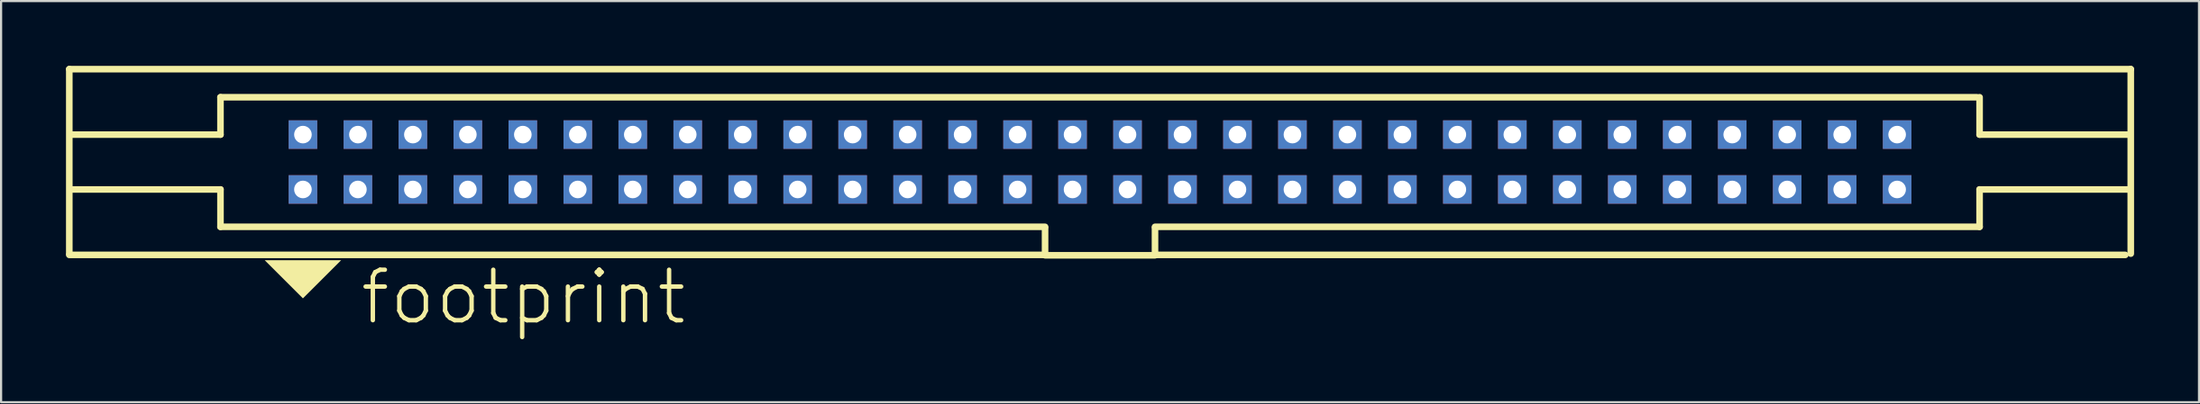
<source format=kicad_pcb>
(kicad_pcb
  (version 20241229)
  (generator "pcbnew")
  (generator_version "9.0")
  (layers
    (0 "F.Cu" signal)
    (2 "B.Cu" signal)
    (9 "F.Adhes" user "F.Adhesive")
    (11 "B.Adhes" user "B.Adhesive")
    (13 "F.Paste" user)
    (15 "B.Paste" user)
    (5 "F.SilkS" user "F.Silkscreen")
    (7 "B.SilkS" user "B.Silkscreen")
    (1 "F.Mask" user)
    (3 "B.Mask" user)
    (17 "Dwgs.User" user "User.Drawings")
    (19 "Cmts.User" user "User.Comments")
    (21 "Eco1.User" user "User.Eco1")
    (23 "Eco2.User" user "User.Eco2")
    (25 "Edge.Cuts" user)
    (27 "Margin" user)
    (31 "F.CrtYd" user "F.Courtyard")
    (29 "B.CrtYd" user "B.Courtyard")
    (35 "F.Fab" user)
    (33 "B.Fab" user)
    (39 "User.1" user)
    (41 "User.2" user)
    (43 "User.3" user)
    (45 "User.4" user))
  (footprint "footprint"
    (layer "F.Cu")
    (at 47.777 4.452)
    (property "Reference" "footprint" (at -34.29 7.62 0) (layer "F.SilkS") (effects (font (size 2.337 2.337) (thickness 0.203)) (justify left bottom)))
    (fp_line (start -47.625 -4.3) (end -47.625 4.242) (stroke (width 0.305) (type solid)) (layer "F.SilkS"))
    (fp_line (start -47.625 4.3) (end -2.54 4.3) (stroke (width 0.305) (type solid)) (layer "F.SilkS"))
    (fp_line (start -40.64 -1.27) (end -47.498 -1.27) (stroke (width 0.305) (type solid)) (layer "F.SilkS"))
    (fp_line (start -40.64 -1.27) (end -40.64 -3) (stroke (width 0.305) (type solid)) (layer "F.SilkS"))
    (fp_line (start -40.64 1.27) (end -47.498 1.27) (stroke (width 0.305) (type solid)) (layer "F.SilkS"))
    (fp_line (start -40.64 3) (end -40.64 1.27) (stroke (width 0.305) (type solid)) (layer "F.SilkS"))
    (fp_line (start -2.54 3) (end -40.64 3) (stroke (width 0.305) (type solid)) (layer "F.SilkS"))
    (fp_line (start -2.54 4.3) (end -2.54 3.048) (stroke (width 0.305) (type solid)) (layer "F.SilkS"))
    (fp_line (start -2.54 4.318) (end 2.54 4.318) (stroke (width 0.305) (type solid)) (layer "F.SilkS"))
    (fp_line (start 2.54 3.048) (end 2.54 4.3) (stroke (width 0.305) (type solid)) (layer "F.SilkS"))
    (fp_line (start 2.54 4.3) (end 47.371 4.3) (stroke (width 0.305) (type solid)) (layer "F.SilkS"))
    (fp_line (start 40.513 -3) (end -40.64 -3) (stroke (width 0.305) (type solid)) (layer "F.SilkS"))
    (fp_line (start 40.64 -1.27) (end 40.64 -3) (stroke (width 0.305) (type solid)) (layer "F.SilkS"))
    (fp_line (start 40.64 -1.27) (end 47.498 -1.27) (stroke (width 0.305) (type solid)) (layer "F.SilkS"))
    (fp_line (start 40.64 1.27) (end 47.498 1.27) (stroke (width 0.305) (type solid)) (layer "F.SilkS"))
    (fp_line (start 40.64 3) (end 2.54 3) (stroke (width 0.305) (type solid)) (layer "F.SilkS"))
    (fp_line (start 40.64 3) (end 40.64 1.27) (stroke (width 0.305) (type solid)) (layer "F.SilkS"))
    (fp_line (start 47.625 -4.3) (end -47.625 -4.3) (stroke (width 0.305) (type solid)) (layer "F.SilkS"))
    (fp_line (start 47.625 4.242) (end 47.625 -4.3) (stroke (width 0.305) (type solid)) (layer "F.SilkS"))
    (fp_poly (pts (xy -36.83 6.312) (xy -38.595 4.547) (xy -35.065 4.547)) (stroke (width 0) (type solid)) (fill yes) (layer "F.SilkS"))
    (pad "1" thru_hole rect (at -36.83 1.27) (size 1.321 1.321) (drill 0.813) (layers "*.Cu" "*.Mask"))
    (pad "2" thru_hole rect (at -36.83 -1.27) (size 1.321 1.321) (drill 0.813) (layers "*.Cu" "*.Mask"))
    (pad "3" thru_hole rect (at -34.29 1.27) (size 1.321 1.321) (drill 0.813) (layers "*.Cu" "*.Mask"))
    (pad "4" thru_hole rect (at -34.29 -1.27) (size 1.321 1.321) (drill 0.813) (layers "*.Cu" "*.Mask"))
    (pad "5" thru_hole rect (at -31.75 1.27) (size 1.321 1.321) (drill 0.813) (layers "*.Cu" "*.Mask"))
    (pad "6" thru_hole rect (at -31.75 -1.27) (size 1.321 1.321) (drill 0.813) (layers "*.Cu" "*.Mask"))
    (pad "7" thru_hole rect (at -29.21 1.27) (size 1.321 1.321) (drill 0.813) (layers "*.Cu" "*.Mask"))
    (pad "8" thru_hole rect (at -29.21 -1.27) (size 1.321 1.321) (drill 0.813) (layers "*.Cu" "*.Mask"))
    (pad "9" thru_hole rect (at -26.67 1.27) (size 1.321 1.321) (drill 0.813) (layers "*.Cu" "*.Mask"))
    (pad "10" thru_hole rect (at -26.67 -1.27) (size 1.321 1.321) (drill 0.813) (layers "*.Cu" "*.Mask"))
    (pad "11" thru_hole rect (at -24.13 1.27) (size 1.321 1.321) (drill 0.813) (layers "*.Cu" "*.Mask"))
    (pad "12" thru_hole rect (at -24.13 -1.27) (size 1.321 1.321) (drill 0.813) (layers "*.Cu" "*.Mask"))
    (pad "13" thru_hole rect (at -21.59 1.27) (size 1.321 1.321) (drill 0.813) (layers "*.Cu" "*.Mask"))
    (pad "14" thru_hole rect (at -21.59 -1.27) (size 1.321 1.321) (drill 0.813) (layers "*.Cu" "*.Mask"))
    (pad "15" thru_hole rect (at -19.05 1.27) (size 1.321 1.321) (drill 0.813) (layers "*.Cu" "*.Mask"))
    (pad "16" thru_hole rect (at -19.05 -1.27) (size 1.321 1.321) (drill 0.813) (layers "*.Cu" "*.Mask"))
    (pad "17" thru_hole rect (at -16.51 1.27) (size 1.321 1.321) (drill 0.813) (layers "*.Cu" "*.Mask"))
    (pad "18" thru_hole rect (at -16.51 -1.27) (size 1.321 1.321) (drill 0.813) (layers "*.Cu" "*.Mask"))
    (pad "19" thru_hole rect (at -13.97 1.27) (size 1.321 1.321) (drill 0.813) (layers "*.Cu" "*.Mask"))
    (pad "20" thru_hole rect (at -13.97 -1.27) (size 1.321 1.321) (drill 0.813) (layers "*.Cu" "*.Mask"))
    (pad "21" thru_hole rect (at -11.43 1.27) (size 1.321 1.321) (drill 0.813) (layers "*.Cu" "*.Mask"))
    (pad "22" thru_hole rect (at -11.43 -1.27) (size 1.321 1.321) (drill 0.813) (layers "*.Cu" "*.Mask"))
    (pad "23" thru_hole rect (at -8.89 1.27) (size 1.321 1.321) (drill 0.813) (layers "*.Cu" "*.Mask"))
    (pad "24" thru_hole rect (at -8.89 -1.27) (size 1.321 1.321) (drill 0.813) (layers "*.Cu" "*.Mask"))
    (pad "25" thru_hole rect (at -6.35 1.27) (size 1.321 1.321) (drill 0.813) (layers "*.Cu" "*.Mask"))
    (pad "26" thru_hole rect (at -6.35 -1.27) (size 1.321 1.321) (drill 0.813) (layers "*.Cu" "*.Mask"))
    (pad "27" thru_hole rect (at -3.81 1.27) (size 1.321 1.321) (drill 0.813) (layers "*.Cu" "*.Mask"))
    (pad "28" thru_hole rect (at -3.81 -1.27) (size 1.321 1.321) (drill 0.813) (layers "*.Cu" "*.Mask"))
    (pad "29" thru_hole rect (at -1.27 1.27) (size 1.321 1.321) (drill 0.813) (layers "*.Cu" "*.Mask"))
    (pad "30" thru_hole rect (at -1.27 -1.27) (size 1.321 1.321) (drill 0.813) (layers "*.Cu" "*.Mask"))
    (pad "31" thru_hole rect (at 1.27 1.27) (size 1.321 1.321) (drill 0.813) (layers "*.Cu" "*.Mask"))
    (pad "32" thru_hole rect (at 1.27 -1.27) (size 1.321 1.321) (drill 0.813) (layers "*.Cu" "*.Mask"))
    (pad "33" thru_hole rect (at 3.81 1.27) (size 1.321 1.321) (drill 0.813) (layers "*.Cu" "*.Mask"))
    (pad "34" thru_hole rect (at 3.81 -1.27) (size 1.321 1.321) (drill 0.813) (layers "*.Cu" "*.Mask"))
    (pad "35" thru_hole rect (at 6.35 1.27) (size 1.321 1.321) (drill 0.813) (layers "*.Cu" "*.Mask"))
    (pad "36" thru_hole rect (at 6.35 -1.27) (size 1.321 1.321) (drill 0.813) (layers "*.Cu" "*.Mask"))
    (pad "37" thru_hole rect (at 8.89 1.27) (size 1.321 1.321) (drill 0.813) (layers "*.Cu" "*.Mask"))
    (pad "38" thru_hole rect (at 8.89 -1.27) (size 1.321 1.321) (drill 0.813) (layers "*.Cu" "*.Mask"))
    (pad "39" thru_hole rect (at 11.43 1.27) (size 1.321 1.321) (drill 0.813) (layers "*.Cu" "*.Mask"))
    (pad "40" thru_hole rect (at 11.43 -1.27) (size 1.321 1.321) (drill 0.813) (layers "*.Cu" "*.Mask"))
    (pad "41" thru_hole rect (at 13.97 1.27) (size 1.321 1.321) (drill 0.813) (layers "*.Cu" "*.Mask"))
    (pad "42" thru_hole rect (at 13.97 -1.27) (size 1.321 1.321) (drill 0.813) (layers "*.Cu" "*.Mask"))
    (pad "43" thru_hole rect (at 16.51 1.27) (size 1.321 1.321) (drill 0.813) (layers "*.Cu" "*.Mask"))
    (pad "44" thru_hole rect (at 16.51 -1.27) (size 1.321 1.321) (drill 0.813) (layers "*.Cu" "*.Mask"))
    (pad "45" thru_hole rect (at 19.05 1.27) (size 1.321 1.321) (drill 0.813) (layers "*.Cu" "*.Mask"))
    (pad "46" thru_hole rect (at 19.05 -1.27) (size 1.321 1.321) (drill 0.813) (layers "*.Cu" "*.Mask"))
    (pad "47" thru_hole rect (at 21.59 1.27) (size 1.321 1.321) (drill 0.813) (layers "*.Cu" "*.Mask"))
    (pad "48" thru_hole rect (at 21.59 -1.27) (size 1.321 1.321) (drill 0.813) (layers "*.Cu" "*.Mask"))
    (pad "49" thru_hole rect (at 24.13 1.27) (size 1.321 1.321) (drill 0.813) (layers "*.Cu" "*.Mask"))
    (pad "50" thru_hole rect (at 24.13 -1.27) (size 1.321 1.321) (drill 0.813) (layers "*.Cu" "*.Mask"))
    (pad "51" thru_hole rect (at 26.67 1.27) (size 1.321 1.321) (drill 0.813) (layers "*.Cu" "*.Mask"))
    (pad "52" thru_hole rect (at 26.67 -1.27) (size 1.321 1.321) (drill 0.813) (layers "*.Cu" "*.Mask"))
    (pad "53" thru_hole rect (at 29.21 1.27) (size 1.321 1.321) (drill 0.813) (layers "*.Cu" "*.Mask"))
    (pad "54" thru_hole rect (at 29.21 -1.27) (size 1.321 1.321) (drill 0.813) (layers "*.Cu" "*.Mask"))
    (pad "55" thru_hole rect (at 31.75 1.27) (size 1.321 1.321) (drill 0.813) (layers "*.Cu" "*.Mask"))
    (pad "56" thru_hole rect (at 31.75 -1.27) (size 1.321 1.321) (drill 0.813) (layers "*.Cu" "*.Mask"))
    (pad "57" thru_hole rect (at 34.29 1.27) (size 1.321 1.321) (drill 0.813) (layers "*.Cu" "*.Mask"))
    (pad "58" thru_hole rect (at 34.29 -1.27) (size 1.321 1.321) (drill 0.813) (layers "*.Cu" "*.Mask"))
    (pad "59" thru_hole rect (at 36.83 1.27) (size 1.321 1.321) (drill 0.813) (layers "*.Cu" "*.Mask"))
    (pad "60" thru_hole rect (at 36.83 -1.27) (size 1.321 1.321) (drill 0.813) (layers "*.Cu" "*.Mask")))
  (gr_rect
    (start -3 -3)
    (end 98.555 15.573)
    (stroke (width 0.1) (type default))
    (fill no)
    (layer "Edge.Cuts")))
</source>
